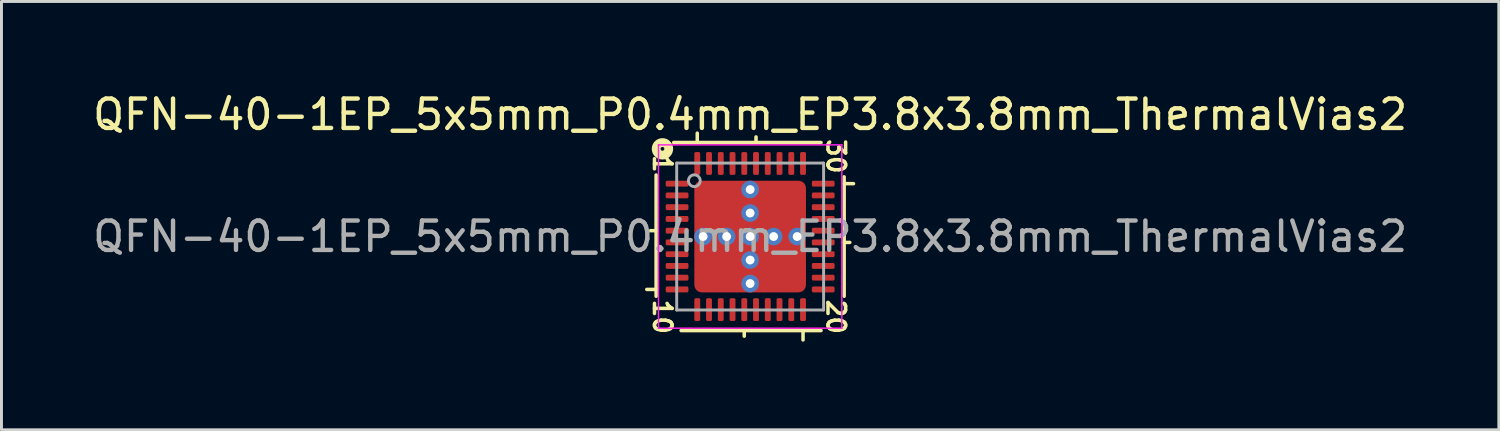
<source format=kicad_pcb>
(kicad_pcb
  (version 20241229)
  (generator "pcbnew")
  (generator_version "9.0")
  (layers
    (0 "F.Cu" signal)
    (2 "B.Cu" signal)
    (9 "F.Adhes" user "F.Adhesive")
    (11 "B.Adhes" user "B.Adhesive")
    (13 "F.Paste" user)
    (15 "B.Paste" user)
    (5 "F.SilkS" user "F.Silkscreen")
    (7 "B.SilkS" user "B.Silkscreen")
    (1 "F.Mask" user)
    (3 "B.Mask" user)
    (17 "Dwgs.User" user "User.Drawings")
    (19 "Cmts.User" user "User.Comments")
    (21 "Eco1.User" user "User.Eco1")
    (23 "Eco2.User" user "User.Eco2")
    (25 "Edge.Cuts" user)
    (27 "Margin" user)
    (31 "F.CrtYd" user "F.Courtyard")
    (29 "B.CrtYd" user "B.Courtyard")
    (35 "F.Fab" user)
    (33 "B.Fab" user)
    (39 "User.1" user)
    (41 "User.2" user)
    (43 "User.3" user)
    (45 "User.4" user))
  (footprint "QFN-40-1EP_5x5mm_P0.4mm_EP3.8x3.8mm_ThermalVias2"
    (layer "F.Cu")
    (at 22.482 5.001)
    (property "Reference" "QFN-40-1EP_5x5mm_P0.4mm_EP3.8x3.8mm_ThermalVias2" (at 0 -4.152 0) (layer "F.SilkS") (effects (font (size 1 1) (thickness 0.15))))
    (attr smd)
    (fp_line (start -3.2 -2.095) (end -3.2 2.032) (stroke (width 0.12) (type solid)) (layer "F.SilkS"))
    (fp_line (start -3.2 -0.2) (end -3.39 -0.2) (stroke (width 0.12) (type solid)) (layer "F.SilkS"))
    (fp_line (start -3.2 1.8) (end -3.518 1.8) (stroke (width 0.12) (type solid)) (layer "F.SilkS"))
    (fp_line (start -2.349 3.2) (end 2.413 3.2) (stroke (width 0.12) (type solid)) (layer "F.SilkS"))
    (fp_line (start -1.8 -3.2) (end -1.8 -3.518) (stroke (width 0.12) (type solid)) (layer "F.SilkS"))
    (fp_line (start -0.2 3.2) (end -0.2 3.39) (stroke (width 0.12) (type solid)) (layer "F.SilkS"))
    (fp_line (start 0.2 -3.2) (end 0.2 -3.39) (stroke (width 0.12) (type solid)) (layer "F.SilkS"))
    (fp_line (start 1.8 3.2) (end 1.8 3.518) (stroke (width 0.12) (type solid)) (layer "F.SilkS"))
    (fp_line (start 2.413 -3.2) (end -2.603 -3.2) (stroke (width 0.12) (type solid)) (layer "F.SilkS"))
    (fp_line (start 3.2 -1.8) (end 3.518 -1.8) (stroke (width 0.12) (type solid)) (layer "F.SilkS"))
    (fp_line (start 3.2 0.2) (end 3.39 0.2) (stroke (width 0.12) (type solid)) (layer "F.SilkS"))
    (fp_line (start 3.2 2.032) (end 3.2 -2.032) (stroke (width 0.12) (type solid)) (layer "F.SilkS"))
    (fp_circle (center -2.985 -2.985) (end -2.921 -2.985) (stroke (width 0.3) (type solid)) (fill no) (layer "F.SilkS"))
    (fp_line (start -3.12 -3.12) (end -3.12 3.12) (stroke (width 0.05) (type solid)) (layer "F.CrtYd"))
    (fp_line (start -3.12 3.12) (end 3.12 3.12) (stroke (width 0.05) (type solid)) (layer "F.CrtYd"))
    (fp_line (start 3.12 -3.12) (end -3.12 -3.12) (stroke (width 0.05) (type solid)) (layer "F.CrtYd"))
    (fp_line (start 3.12 3.12) (end 3.12 -3.12) (stroke (width 0.05) (type solid)) (layer "F.CrtYd"))
    (fp_line (start -2.5 -2.5) (end 2.5 -2.5) (stroke (width 0.1) (type solid)) (layer "F.Fab"))
    (fp_line (start -2.5 2.5) (end -2.5 -2.5) (stroke (width 0.1) (type solid)) (layer "F.Fab"))
    (fp_line (start 2.5 -2.5) (end 2.5 2.5) (stroke (width 0.1) (type solid)) (layer "F.Fab"))
    (fp_line (start 2.5 2.5) (end -2.5 2.5) (stroke (width 0.1) (type solid)) (layer "F.Fab"))
    (fp_circle (center -1.9 -1.9) (end -1.7 -1.9) (stroke (width 0.1) (type solid)) (fill no) (layer "F.Fab"))
    (fp_text user "10" (at -2.985 2.731 270) (unlocked yes) (layer "F.SilkS") (effects (font (size 0.6 0.6) (thickness 0.12))))
    (fp_text user "20" (at 2.921 2.731 270) (unlocked yes) (layer "F.SilkS") (effects (font (size 0.6 0.6) (thickness 0.12))))
    (fp_text user "30" (at 2.921 -2.731 270) (unlocked yes) (layer "F.SilkS") (effects (font (size 0.6 0.6) (thickness 0.12))))
    (fp_text user "1" (at -2.985 -2.477 270) (unlocked yes) (layer "F.SilkS") (effects (font (size 0.6 0.6) (thickness 0.12))))
    (fp_text user "${REFERENCE}" (at 0 0 0) (layer "F.Fab") (effects (font (size 1 1) (thickness 0.15))))
    (pad "" smd roundrect (at -1.4 -1.4) (size 0.5 0.5) (layers "F.Paste") (roundrect_rratio 0.25))
    (pad "" smd roundrect (at -1.4 -0.7) (size 0.5 0.5) (layers "F.Paste") (roundrect_rratio 0.25))
    (pad "" smd roundrect (at -1.4 0.7) (size 0.5 0.5) (layers "F.Paste") (roundrect_rratio 0.25))
    (pad "" smd roundrect (at -1.4 1.4) (size 0.5 0.5) (layers "F.Paste") (roundrect_rratio 0.25))
    (pad "" smd roundrect (at -1.05 -1.05) (size 1.5 1.5) (layers "F.Mask") (roundrect_rratio 0.167))
    (pad "" smd roundrect (at -1.05 1.05) (size 1.5 1.5) (layers "F.Mask") (roundrect_rratio 0.167))
    (pad "" smd roundrect (at -0.7 -1.4) (size 0.5 0.5) (layers "F.Paste") (roundrect_rratio 0.25))
    (pad "" smd roundrect (at -0.7 -0.7) (size 0.5 0.5) (layers "F.Paste") (roundrect_rratio 0.25))
    (pad "" smd roundrect (at -0.7 0.7) (size 0.5 0.5) (layers "F.Paste") (roundrect_rratio 0.25))
    (pad "" smd roundrect (at -0.7 1.4) (size 0.5 0.5) (layers "F.Paste") (roundrect_rratio 0.25))
    (pad "" smd roundrect (at 0.7 -1.4) (size 0.5 0.5) (layers "F.Paste") (roundrect_rratio 0.25))
    (pad "" smd roundrect (at 0.7 -0.7) (size 0.5 0.5) (layers "F.Paste") (roundrect_rratio 0.25))
    (pad "" smd roundrect (at 0.7 0.7) (size 0.5 0.5) (layers "F.Paste") (roundrect_rratio 0.25))
    (pad "" smd roundrect (at 0.7 1.4) (size 0.5 0.5) (layers "F.Paste") (roundrect_rratio 0.25))
    (pad "" smd roundrect (at 1.05 -1.05) (size 1.5 1.5) (layers "F.Mask") (roundrect_rratio 0.167))
    (pad "" smd roundrect (at 1.05 1.05) (size 1.5 1.5) (layers "F.Mask") (roundrect_rratio 0.167))
    (pad "" smd roundrect (at 1.4 -1.4) (size 0.5 0.5) (layers "F.Paste") (roundrect_rratio 0.25))
    (pad "" smd roundrect (at 1.4 -0.7) (size 0.5 0.5) (layers "F.Paste") (roundrect_rratio 0.25))
    (pad "" smd roundrect (at 1.4 0.7) (size 0.5 0.5) (layers "F.Paste") (roundrect_rratio 0.25))
    (pad "" smd roundrect (at 1.4 1.4) (size 0.5 0.5) (layers "F.Paste") (roundrect_rratio 0.25))
    (pad "1" smd roundrect (at -2.487 -1.8) (size 0.775 0.2) (layers "F.Cu" "F.Mask" "F.Paste") (roundrect_rratio 0.25))
    (pad "2" smd roundrect (at -2.487 -1.4) (size 0.775 0.2) (layers "F.Cu" "F.Mask" "F.Paste") (roundrect_rratio 0.25))
    (pad "3" smd roundrect (at -2.487 -1) (size 0.775 0.2) (layers "F.Cu" "F.Mask" "F.Paste") (roundrect_rratio 0.25))
    (pad "4" smd roundrect (at -2.487 -0.6) (size 0.775 0.2) (layers "F.Cu" "F.Mask" "F.Paste") (roundrect_rratio 0.25))
    (pad "5" smd roundrect (at -2.487 -0.2) (size 0.775 0.2) (layers "F.Cu" "F.Mask" "F.Paste") (roundrect_rratio 0.25))
    (pad "6" smd roundrect (at -2.487 0.2) (size 0.775 0.2) (layers "F.Cu" "F.Mask" "F.Paste") (roundrect_rratio 0.25))
    (pad "7" smd roundrect (at -2.487 0.6) (size 0.775 0.2) (layers "F.Cu" "F.Mask" "F.Paste") (roundrect_rratio 0.25))
    (pad "8" smd roundrect (at -2.487 1) (size 0.775 0.2) (layers "F.Cu" "F.Mask" "F.Paste") (roundrect_rratio 0.25))
    (pad "9" smd roundrect (at -2.487 1.4) (size 0.775 0.2) (layers "F.Cu" "F.Mask" "F.Paste") (roundrect_rratio 0.25))
    (pad "10" smd roundrect (at -2.487 1.8) (size 0.775 0.2) (layers "F.Cu" "F.Mask" "F.Paste") (roundrect_rratio 0.25))
    (pad "11" smd roundrect (at -1.8 2.487) (size 0.2 0.775) (layers "F.Cu" "F.Mask" "F.Paste") (roundrect_rratio 0.25))
    (pad "12" smd roundrect (at -1.4 2.487) (size 0.2 0.775) (layers "F.Cu" "F.Mask" "F.Paste") (roundrect_rratio 0.25))
    (pad "13" smd roundrect (at -1 2.487) (size 0.2 0.775) (layers "F.Cu" "F.Mask" "F.Paste") (roundrect_rratio 0.25))
    (pad "14" smd roundrect (at -0.6 2.487) (size 0.2 0.775) (layers "F.Cu" "F.Mask" "F.Paste") (roundrect_rratio 0.25))
    (pad "15" smd roundrect (at -0.2 2.487) (size 0.2 0.775) (layers "F.Cu" "F.Mask" "F.Paste") (roundrect_rratio 0.25))
    (pad "16" smd roundrect (at 0.2 2.487) (size 0.2 0.775) (layers "F.Cu" "F.Mask" "F.Paste") (roundrect_rratio 0.25))
    (pad "17" smd roundrect (at 0.6 2.487) (size 0.2 0.775) (layers "F.Cu" "F.Mask" "F.Paste") (roundrect_rratio 0.25))
    (pad "18" smd roundrect (at 1 2.487) (size 0.2 0.775) (layers "F.Cu" "F.Mask" "F.Paste") (roundrect_rratio 0.25))
    (pad "19" smd roundrect (at 1.4 2.487) (size 0.2 0.775) (layers "F.Cu" "F.Mask" "F.Paste") (roundrect_rratio 0.25))
    (pad "20" smd roundrect (at 1.8 2.487) (size 0.2 0.775) (layers "F.Cu" "F.Mask" "F.Paste") (roundrect_rratio 0.25))
    (pad "21" smd roundrect (at 2.487 1.8) (size 0.775 0.2) (layers "F.Cu" "F.Mask" "F.Paste") (roundrect_rratio 0.25))
    (pad "22" smd roundrect (at 2.487 1.4) (size 0.775 0.2) (layers "F.Cu" "F.Mask" "F.Paste") (roundrect_rratio 0.25))
    (pad "23" smd roundrect (at 2.487 1) (size 0.775 0.2) (layers "F.Cu" "F.Mask" "F.Paste") (roundrect_rratio 0.25))
    (pad "24" smd roundrect (at 2.487 0.6) (size 0.775 0.2) (layers "F.Cu" "F.Mask" "F.Paste") (roundrect_rratio 0.25))
    (pad "25" smd roundrect (at 2.487 0.2) (size 0.775 0.2) (layers "F.Cu" "F.Mask" "F.Paste") (roundrect_rratio 0.25))
    (pad "26" smd roundrect (at 2.487 -0.2) (size 0.775 0.2) (layers "F.Cu" "F.Mask" "F.Paste") (roundrect_rratio 0.25))
    (pad "27" smd roundrect (at 2.487 -0.6) (size 0.775 0.2) (layers "F.Cu" "F.Mask" "F.Paste") (roundrect_rratio 0.25))
    (pad "28" smd roundrect (at 2.487 -1) (size 0.775 0.2) (layers "F.Cu" "F.Mask" "F.Paste") (roundrect_rratio 0.25))
    (pad "29" smd roundrect (at 2.487 -1.4) (size 0.775 0.2) (layers "F.Cu" "F.Mask" "F.Paste") (roundrect_rratio 0.25))
    (pad "30" smd roundrect (at 2.487 -1.8) (size 0.775 0.2) (layers "F.Cu" "F.Mask" "F.Paste") (roundrect_rratio 0.25))
    (pad "31" smd roundrect (at 1.8 -2.487) (size 0.2 0.775) (layers "F.Cu" "F.Mask" "F.Paste") (roundrect_rratio 0.25))
    (pad "32" smd roundrect (at 1.4 -2.487) (size 0.2 0.775) (layers "F.Cu" "F.Mask" "F.Paste") (roundrect_rratio 0.25))
    (pad "33" smd roundrect (at 1 -2.487) (size 0.2 0.775) (layers "F.Cu" "F.Mask" "F.Paste") (roundrect_rratio 0.25))
    (pad "34" smd roundrect (at 0.6 -2.487) (size 0.2 0.775) (layers "F.Cu" "F.Mask" "F.Paste") (roundrect_rratio 0.25))
    (pad "35" smd roundrect (at 0.2 -2.487) (size 0.2 0.775) (layers "F.Cu" "F.Mask" "F.Paste") (roundrect_rratio 0.25))
    (pad "36" smd roundrect (at -0.2 -2.487) (size 0.2 0.775) (layers "F.Cu" "F.Mask" "F.Paste") (roundrect_rratio 0.25))
    (pad "37" smd roundrect (at -0.6 -2.487) (size 0.2 0.775) (layers "F.Cu" "F.Mask" "F.Paste") (roundrect_rratio 0.25))
    (pad "38" smd roundrect (at -1 -2.487) (size 0.2 0.775) (layers "F.Cu" "F.Mask" "F.Paste") (roundrect_rratio 0.25))
    (pad "39" smd roundrect (at -1.4 -2.487) (size 0.2 0.775) (layers "F.Cu" "F.Mask" "F.Paste") (roundrect_rratio 0.25))
    (pad "40" smd roundrect (at -1.8 -2.487) (size 0.2 0.775) (layers "F.Cu" "F.Mask" "F.Paste") (roundrect_rratio 0.25))
    (pad "41" thru_hole circle (at -1.6 0) (size 0.6 0.6) (drill 0.3) (property pad_prop_heatsink) (layers "*.Cu" "*.Mask"))
    (pad "41" thru_hole circle (at -0.8 0) (size 0.6 0.6) (drill 0.3) (property pad_prop_heatsink) (layers "*.Cu" "*.Mask"))
    (pad "41" thru_hole circle (at 0 -1.6) (size 0.6 0.6) (drill 0.3) (property pad_prop_heatsink) (layers "*.Cu" "*.Mask"))
    (pad "41" thru_hole circle (at 0 -0.8) (size 0.6 0.6) (drill 0.3) (property pad_prop_heatsink) (layers "*.Cu" "*.Mask"))
    (pad "41" thru_hole circle (at 0 0) (size 0.6 0.6) (drill 0.3) (property pad_prop_heatsink) (layers "*.Cu" "*.Mask"))
    (pad "41" smd roundrect (at 0 0) (size 3.8 3.8) (layers "F.Cu") (roundrect_rratio 0.066))
    (pad "41" thru_hole circle (at 0 0.8) (size 0.6 0.6) (drill 0.3) (property pad_prop_heatsink) (layers "*.Cu" "*.Mask"))
    (pad "41" thru_hole circle (at 0 1.6) (size 0.6 0.6) (drill 0.3) (property pad_prop_heatsink) (layers "*.Cu" "*.Mask"))
    (pad "41" thru_hole circle (at 0.8 0) (size 0.6 0.6) (drill 0.3) (property pad_prop_heatsink) (layers "*.Cu" "*.Mask"))
    (pad "41" thru_hole circle (at 1.6 0) (size 0.6 0.6) (drill 0.3) (property pad_prop_heatsink) (layers "*.Cu" "*.Mask")))
  (gr_rect
    (start -3 -3)
    (end 47.964 11.578)
    (stroke (width 0.1) (type default))
    (fill no)
    (layer "Edge.Cuts")))
</source>
